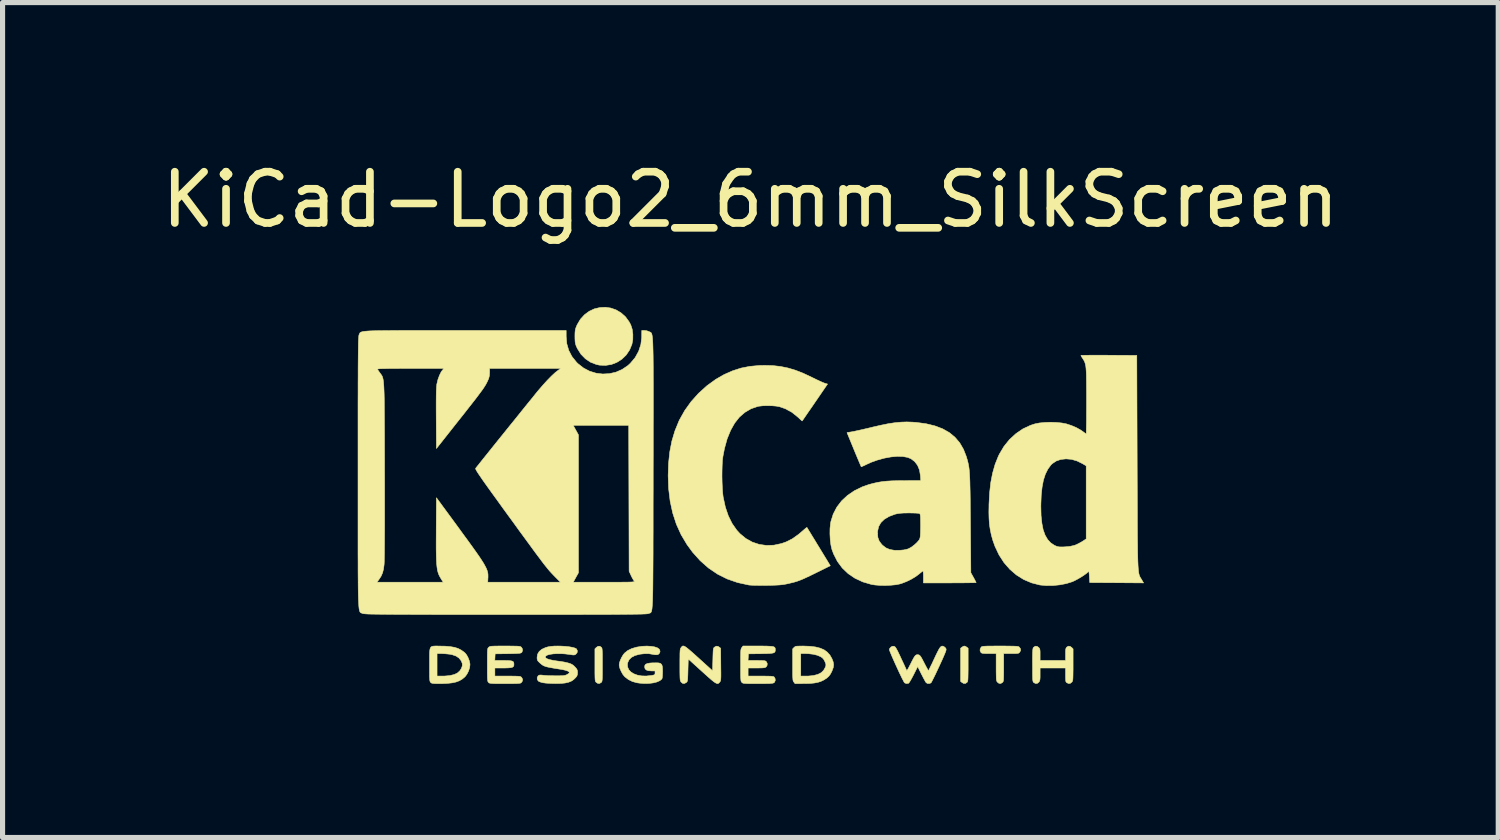
<source format=kicad_pcb>
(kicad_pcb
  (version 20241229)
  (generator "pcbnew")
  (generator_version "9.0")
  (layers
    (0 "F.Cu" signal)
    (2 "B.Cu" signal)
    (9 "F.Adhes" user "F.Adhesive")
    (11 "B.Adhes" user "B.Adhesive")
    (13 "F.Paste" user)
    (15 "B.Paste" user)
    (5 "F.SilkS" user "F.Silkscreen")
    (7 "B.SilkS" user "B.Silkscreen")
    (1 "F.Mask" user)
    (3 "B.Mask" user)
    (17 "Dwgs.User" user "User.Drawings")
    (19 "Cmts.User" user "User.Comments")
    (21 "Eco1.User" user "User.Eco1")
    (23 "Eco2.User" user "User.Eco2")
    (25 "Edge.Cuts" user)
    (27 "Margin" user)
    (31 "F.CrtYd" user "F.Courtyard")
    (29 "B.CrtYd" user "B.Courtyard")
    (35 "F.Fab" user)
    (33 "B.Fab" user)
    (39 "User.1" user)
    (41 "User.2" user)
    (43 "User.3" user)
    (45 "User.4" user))
  (footprint "KiCad-Logo2_6mm_SilkScreen"
    (layer "F.Cu")
    (at 11.601 5.928)
    (property "Reference" "KiCad-Logo2_6mm_SilkScreen" (at 0 -5.08 180) (layer "F.SilkS") (effects (font (size 1 1) (thickness 0.15))))
    (attr exclude_from_pos_files exclude_from_bom)
    (fp_poly (pts (xy 4.2 3.642) (xy 4.224 3.657) (xy 4.251 3.678) (xy 4.251 4) (xy 4.251 4.094) (xy 4.25 4.168) (xy 4.249 4.225) (xy 4.248 4.267) (xy 4.246 4.297) (xy 4.243 4.317) (xy 4.239 4.331) (xy 4.233 4.341) (xy 4.229 4.345) (xy 4.198 4.366) (xy 4.162 4.365) (xy 4.131 4.347) (xy 4.104 4.326) (xy 4.104 3.678) (xy 4.131 3.657) (xy 4.156 3.641) (xy 4.177 3.635) (xy 4.2 3.642)) (stroke (width 0.01) (type solid)) (fill yes) (layer "F.SilkS"))
    (fp_poly (pts (xy -2.912 3.658) (xy -2.906 3.665) (xy -2.9 3.675) (xy -2.896 3.69) (xy -2.894 3.712) (xy -2.892 3.744) (xy -2.89 3.789) (xy -2.89 3.849) (xy -2.89 3.926) (xy -2.89 4.002) (xy -2.89 4.096) (xy -2.89 4.17) (xy -2.891 4.226) (xy -2.892 4.268) (xy -2.894 4.298) (xy -2.897 4.318) (xy -2.901 4.332) (xy -2.907 4.341) (xy -2.912 4.346) (xy -2.945 4.366) (xy -2.98 4.364) (xy -3.012 4.343) (xy -3.019 4.335) (xy -3.025 4.325) (xy -3.029 4.311) (xy -3.032 4.291) (xy -3.034 4.261) (xy -3.035 4.219) (xy -3.036 4.162) (xy -3.036 4.088) (xy -3.036 4.004) (xy -3.036 3.691) (xy -3.009 3.663) (xy -2.974 3.64) (xy -2.941 3.639) (xy -2.912 3.658)) (stroke (width 0.01) (type solid)) (fill yes) (layer "F.SilkS"))
    (fp_poly (pts (xy -2.726 -2.964) (xy -2.623 -2.928) (xy -2.527 -2.871) (xy -2.441 -2.795) (xy -2.369 -2.697) (xy -2.336 -2.636) (xy -2.308 -2.55) (xy -2.295 -2.451) (xy -2.296 -2.35) (xy -2.313 -2.257) (xy -2.359 -2.145) (xy -2.425 -2.047) (xy -2.509 -1.966) (xy -2.606 -1.904) (xy -2.714 -1.862) (xy -2.829 -1.844) (xy -2.948 -1.849) (xy -3.007 -1.862) (xy -3.121 -1.906) (xy -3.222 -1.974) (xy -3.309 -2.063) (xy -3.377 -2.171) (xy -3.383 -2.183) (xy -3.403 -2.227) (xy -3.415 -2.265) (xy -3.422 -2.304) (xy -3.425 -2.355) (xy -3.426 -2.41) (xy -3.425 -2.476) (xy -3.421 -2.523) (xy -3.413 -2.562) (xy -3.399 -2.6) (xy -3.382 -2.639) (xy -3.318 -2.747) (xy -3.238 -2.834) (xy -3.147 -2.901) (xy -3.047 -2.948) (xy -2.941 -2.973) (xy -2.833 -2.979) (xy -2.726 -2.964)) (stroke (width 0.01) (type solid)) (fill yes) (layer "F.SilkS"))
    (fp_poly (pts (xy 4.975 3.635) (xy 5.053 3.636) (xy 5.115 3.637) (xy 5.161 3.638) (xy 5.194 3.64) (xy 5.217 3.643) (xy 5.232 3.646) (xy 5.243 3.651) (xy 5.248 3.655) (xy 5.273 3.688) (xy 5.276 3.721) (xy 5.26 3.752) (xy 5.25 3.764) (xy 5.239 3.773) (xy 5.223 3.778) (xy 5.197 3.781) (xy 5.159 3.782) (xy 5.102 3.782) (xy 5.091 3.782) (xy 4.945 3.782) (xy 4.945 4.053) (xy 4.945 4.138) (xy 4.944 4.204) (xy 4.943 4.253) (xy 4.942 4.288) (xy 4.939 4.312) (xy 4.935 4.328) (xy 4.929 4.338) (xy 4.922 4.346) (xy 4.889 4.366) (xy 4.855 4.365) (xy 4.824 4.342) (xy 4.822 4.339) (xy 4.814 4.329) (xy 4.808 4.316) (xy 4.804 4.299) (xy 4.801 4.274) (xy 4.8 4.238) (xy 4.799 4.188) (xy 4.798 4.122) (xy 4.798 4.046) (xy 4.798 3.782) (xy 4.659 3.782) (xy 4.599 3.782) (xy 4.558 3.78) (xy 4.53 3.777) (xy 4.513 3.771) (xy 4.502 3.763) (xy 4.501 3.761) (xy 4.484 3.728) (xy 4.486 3.691) (xy 4.505 3.658) (xy 4.512 3.651) (xy 4.521 3.646) (xy 4.535 3.643) (xy 4.556 3.64) (xy 4.587 3.638) (xy 4.63 3.636) (xy 4.687 3.636) (xy 4.762 3.635) (xy 4.856 3.635) (xy 4.876 3.635) (xy 4.975 3.635)) (stroke (width 0.01) (type solid)) (fill yes) (layer "F.SilkS"))
    (fp_poly (pts (xy 6.241 3.641) (xy 6.272 3.663) (xy 6.3 3.691) (xy 6.3 4) (xy 6.3 4.092) (xy 6.299 4.164) (xy 6.298 4.219) (xy 6.297 4.26) (xy 6.295 4.289) (xy 6.291 4.309) (xy 6.287 4.323) (xy 6.281 4.333) (xy 6.276 4.339) (xy 6.245 4.364) (xy 6.21 4.367) (xy 6.178 4.351) (xy 6.167 4.343) (xy 6.16 4.331) (xy 6.156 4.312) (xy 6.154 4.281) (xy 6.153 4.235) (xy 6.153 4.199) (xy 6.153 4.064) (xy 5.656 4.064) (xy 5.656 4.187) (xy 5.656 4.243) (xy 5.654 4.282) (xy 5.649 4.308) (xy 5.642 4.326) (xy 5.633 4.339) (xy 5.602 4.364) (xy 5.567 4.367) (xy 5.533 4.349) (xy 5.524 4.34) (xy 5.518 4.328) (xy 5.514 4.309) (xy 5.511 4.28) (xy 5.51 4.236) (xy 5.509 4.174) (xy 5.509 4.16) (xy 5.509 4.044) (xy 5.508 3.948) (xy 5.508 3.87) (xy 5.509 3.809) (xy 5.51 3.762) (xy 5.512 3.727) (xy 5.514 3.701) (xy 5.517 3.684) (xy 5.521 3.672) (xy 5.526 3.664) (xy 5.532 3.658) (xy 5.564 3.638) (xy 5.597 3.641) (xy 5.628 3.663) (xy 5.641 3.677) (xy 5.649 3.693) (xy 5.654 3.716) (xy 5.656 3.75) (xy 5.656 3.802) (xy 5.656 3.917) (xy 6.153 3.917) (xy 6.153 3.799) (xy 6.153 3.744) (xy 6.155 3.707) (xy 6.16 3.683) (xy 6.167 3.668) (xy 6.175 3.658) (xy 6.207 3.638) (xy 6.241 3.641)) (stroke (width 0.01) (type solid)) (fill yes) (layer "F.SilkS"))
    (fp_poly (pts (xy 1.03 3.635) (xy 1.159 3.64) (xy 1.269 3.653) (xy 1.361 3.676) (xy 1.438 3.709) (xy 1.5 3.754) (xy 1.551 3.81) (xy 1.591 3.88) (xy 1.592 3.882) (xy 1.616 3.944) (xy 1.625 3.999) (xy 1.618 4.054) (xy 1.595 4.117) (xy 1.591 4.127) (xy 1.562 4.183) (xy 1.529 4.227) (xy 1.487 4.264) (xy 1.429 4.3) (xy 1.426 4.302) (xy 1.375 4.326) (xy 1.318 4.344) (xy 1.251 4.357) (xy 1.17 4.365) (xy 1.072 4.368) (xy 1.037 4.368) (xy 0.871 4.369) (xy 0.848 4.339) (xy 0.841 4.33) (xy 0.836 4.318) (xy 0.831 4.302) (xy 0.829 4.279) (xy 0.827 4.247) (xy 0.826 4.222) (xy 0.983 4.222) (xy 1.076 4.222) (xy 1.131 4.221) (xy 1.188 4.216) (xy 1.234 4.21) (xy 1.237 4.21) (xy 1.319 4.188) (xy 1.383 4.155) (xy 1.43 4.109) (xy 1.463 4.049) (xy 1.469 4.033) (xy 1.474 4.009) (xy 1.472 3.984) (xy 1.46 3.952) (xy 1.453 3.936) (xy 1.43 3.893) (xy 1.402 3.863) (xy 1.371 3.843) (xy 1.309 3.816) (xy 1.229 3.796) (xy 1.137 3.785) (xy 1.07 3.782) (xy 0.983 3.782) (xy 0.983 4.222) (xy 0.826 4.222) (xy 0.825 4.201) (xy 0.825 4.141) (xy 0.825 4.062) (xy 0.825 4) (xy 0.825 3.691) (xy 0.852 3.663) (xy 0.865 3.652) (xy 0.878 3.644) (xy 0.896 3.639) (xy 0.924 3.637) (xy 0.966 3.636) (xy 1.026 3.635) (xy 1.03 3.635)) (stroke (width 0.01) (type solid)) (fill yes) (layer "F.SilkS"))
    (fp_poly (pts (xy -6.11 3.635) (xy -6.07 3.636) (xy -5.954 3.638) (xy -5.858 3.647) (xy -5.776 3.661) (xy -5.707 3.683) (xy -5.647 3.714) (xy -5.592 3.753) (xy -5.572 3.77) (xy -5.54 3.81) (xy -5.511 3.864) (xy -5.488 3.924) (xy -5.476 3.981) (xy -5.475 4.002) (xy -5.483 4.061) (xy -5.504 4.125) (xy -5.535 4.186) (xy -5.572 4.235) (xy -5.578 4.24) (xy -5.629 4.282) (xy -5.684 4.314) (xy -5.748 4.338) (xy -5.823 4.354) (xy -5.912 4.364) (xy -6.019 4.369) (xy -6.068 4.369) (xy -6.13 4.369) (xy -6.174 4.367) (xy -6.203 4.365) (xy -6.222 4.36) (xy -6.235 4.353) (xy -6.242 4.346) (xy -6.249 4.339) (xy -6.254 4.329) (xy -6.258 4.315) (xy -6.261 4.293) (xy -6.263 4.26) (xy -6.264 4.216) (xy -6.265 4.156) (xy -6.265 4.078) (xy -6.265 4.002) (xy -6.265 3.901) (xy -6.265 3.821) (xy -6.264 3.782) (xy -6.118 3.782) (xy -6.118 4.222) (xy -6.025 4.222) (xy -5.969 4.221) (xy -5.91 4.216) (xy -5.861 4.211) (xy -5.86 4.21) (xy -5.781 4.191) (xy -5.719 4.161) (xy -5.673 4.119) (xy -5.643 4.073) (xy -5.625 4.022) (xy -5.626 3.974) (xy -5.647 3.923) (xy -5.689 3.87) (xy -5.746 3.831) (xy -5.821 3.805) (xy -5.871 3.795) (xy -5.928 3.789) (xy -5.988 3.784) (xy -6.039 3.782) (xy -6.042 3.782) (xy -6.118 3.782) (xy -6.264 3.782) (xy -6.264 3.758) (xy -6.259 3.711) (xy -6.251 3.678) (xy -6.238 3.656) (xy -6.218 3.643) (xy -6.191 3.637) (xy -6.155 3.635) (xy -6.11 3.635)) (stroke (width 0.01) (type solid)) (fill yes) (layer "F.SilkS"))
    (fp_poly (pts (xy -1.288 3.64) (xy -1.265 3.653) (xy -1.234 3.676) (xy -1.194 3.709) (xy -1.144 3.752) (xy -1.082 3.807) (xy -1.006 3.876) (xy -0.92 3.954) (xy -0.739 4.118) (xy -0.733 3.898) (xy -0.731 3.823) (xy -0.729 3.766) (xy -0.727 3.726) (xy -0.724 3.698) (xy -0.72 3.681) (xy -0.714 3.669) (xy -0.705 3.66) (xy -0.701 3.657) (xy -0.667 3.638) (xy -0.634 3.641) (xy -0.608 3.657) (xy -0.581 3.678) (xy -0.578 3.993) (xy -0.577 4.086) (xy -0.576 4.159) (xy -0.576 4.214) (xy -0.577 4.256) (xy -0.579 4.285) (xy -0.582 4.305) (xy -0.586 4.32) (xy -0.592 4.33) (xy -0.598 4.339) (xy -0.612 4.354) (xy -0.625 4.365) (xy -0.64 4.369) (xy -0.659 4.365) (xy -0.684 4.353) (xy -0.716 4.331) (xy -0.757 4.298) (xy -0.809 4.253) (xy -0.874 4.195) (xy -0.948 4.128) (xy -1.213 3.888) (xy -1.219 4.107) (xy -1.221 4.182) (xy -1.223 4.239) (xy -1.225 4.279) (xy -1.228 4.306) (xy -1.233 4.324) (xy -1.239 4.335) (xy -1.247 4.344) (xy -1.251 4.347) (xy -1.288 4.367) (xy -1.323 4.364) (xy -1.353 4.339) (xy -1.36 4.329) (xy -1.366 4.318) (xy -1.37 4.302) (xy -1.373 4.279) (xy -1.375 4.246) (xy -1.376 4.201) (xy -1.377 4.14) (xy -1.377 4.061) (xy -1.377 4.002) (xy -1.377 3.911) (xy -1.376 3.839) (xy -1.376 3.784) (xy -1.374 3.744) (xy -1.372 3.715) (xy -1.368 3.695) (xy -1.364 3.681) (xy -1.358 3.671) (xy -1.353 3.665) (xy -1.342 3.651) (xy -1.332 3.64) (xy -1.32 3.634) (xy -1.306 3.634) (xy -1.288 3.64)) (stroke (width 0.01) (type solid)) (fill yes) (layer "F.SilkS"))
    (fp_poly (pts (xy -1.938 3.641) (xy -1.87 3.652) (xy -1.817 3.67) (xy -1.783 3.694) (xy -1.774 3.707) (xy -1.764 3.738) (xy -1.771 3.767) (xy -1.791 3.793) (xy -1.822 3.806) (xy -1.867 3.805) (xy -1.903 3.798) (xy -1.981 3.785) (xy -2.061 3.784) (xy -2.15 3.794) (xy -2.175 3.799) (xy -2.258 3.822) (xy -2.323 3.857) (xy -2.369 3.903) (xy -2.395 3.959) (xy -2.401 3.988) (xy -2.397 4.046) (xy -2.374 4.098) (xy -2.333 4.142) (xy -2.277 4.177) (xy -2.207 4.203) (xy -2.126 4.218) (xy -2.036 4.221) (xy -1.939 4.211) (xy -1.934 4.21) (xy -1.895 4.203) (xy -1.874 4.196) (xy -1.865 4.185) (xy -1.862 4.168) (xy -1.862 4.159) (xy -1.862 4.121) (xy -1.931 4.121) (xy -1.991 4.117) (xy -2.032 4.103) (xy -2.056 4.08) (xy -2.065 4.045) (xy -2.065 4.041) (xy -2.06 4.011) (xy -2.043 3.99) (xy -2.01 3.976) (xy -1.96 3.967) (xy -1.911 3.964) (xy -1.841 3.963) (xy -1.789 3.965) (xy -1.755 3.975) (xy -1.733 3.995) (xy -1.721 4.027) (xy -1.716 4.074) (xy -1.715 4.136) (xy -1.717 4.206) (xy -1.721 4.253) (xy -1.728 4.278) (xy -1.73 4.28) (xy -1.769 4.312) (xy -1.826 4.337) (xy -1.897 4.355) (xy -1.98 4.365) (xy -2.069 4.367) (xy -2.163 4.36) (xy -2.218 4.352) (xy -2.304 4.328) (xy -2.384 4.288) (xy -2.451 4.236) (xy -2.461 4.226) (xy -2.495 4.182) (xy -2.524 4.128) (xy -2.548 4.072) (xy -2.561 4.02) (xy -2.562 4.001) (xy -2.556 3.96) (xy -2.538 3.908) (xy -2.513 3.855) (xy -2.483 3.805) (xy -2.457 3.773) (xy -2.396 3.724) (xy -2.317 3.685) (xy -2.223 3.657) (xy -2.117 3.64) (xy -2.02 3.636) (xy -1.938 3.641)) (stroke (width 0.01) (type solid)) (fill yes) (layer "F.SilkS"))
    (fp_poly (pts (xy 0.242 3.635) (xy 0.318 3.636) (xy 0.377 3.639) (xy 0.42 3.642) (xy 0.45 3.648) (xy 0.469 3.657) (xy 0.48 3.669) (xy 0.485 3.685) (xy 0.486 3.705) (xy 0.486 3.708) (xy 0.485 3.73) (xy 0.48 3.748) (xy 0.469 3.761) (xy 0.449 3.77) (xy 0.418 3.776) (xy 0.372 3.78) (xy 0.31 3.783) (xy 0.228 3.784) (xy 0.203 3.785) (xy -0.039 3.788) (xy -0.042 3.853) (xy -0.046 3.917) (xy 0.122 3.917) (xy 0.188 3.918) (xy 0.235 3.919) (xy 0.267 3.921) (xy 0.287 3.925) (xy 0.301 3.931) (xy 0.31 3.94) (xy 0.311 3.94) (xy 0.328 3.973) (xy 0.327 4.01) (xy 0.309 4.041) (xy 0.305 4.044) (xy 0.292 4.052) (xy 0.275 4.058) (xy 0.248 4.061) (xy 0.209 4.063) (xy 0.153 4.064) (xy 0.118 4.064) (xy -0.045 4.064) (xy -0.045 4.222) (xy 0.202 4.222) (xy 0.283 4.222) (xy 0.345 4.223) (xy 0.39 4.224) (xy 0.422 4.226) (xy 0.443 4.23) (xy 0.456 4.234) (xy 0.465 4.241) (xy 0.467 4.243) (xy 0.483 4.274) (xy 0.485 4.31) (xy 0.471 4.341) (xy 0.461 4.351) (xy 0.45 4.357) (xy 0.433 4.361) (xy 0.407 4.364) (xy 0.37 4.367) (xy 0.319 4.368) (xy 0.252 4.369) (xy 0.165 4.369) (xy 0.145 4.369) (xy 0.057 4.369) (xy -0.012 4.369) (xy -0.064 4.368) (xy -0.101 4.366) (xy -0.127 4.364) (xy -0.144 4.36) (xy -0.156 4.355) (xy -0.164 4.349) (xy -0.168 4.344) (xy -0.175 4.336) (xy -0.181 4.326) (xy -0.185 4.311) (xy -0.187 4.289) (xy -0.189 4.257) (xy -0.191 4.212) (xy -0.191 4.151) (xy -0.191 4.073) (xy -0.191 4.007) (xy -0.191 3.915) (xy -0.191 3.842) (xy -0.19 3.787) (xy -0.189 3.746) (xy -0.187 3.717) (xy -0.183 3.696) (xy -0.179 3.682) (xy -0.173 3.672) (xy -0.168 3.665) (xy -0.145 3.635) (xy 0.145 3.635) (xy 0.242 3.635)) (stroke (width 0.01) (type solid)) (fill yes) (layer "F.SilkS"))
    (fp_poly (pts (xy -4.701 3.635) (xy -4.632 3.636) (xy -4.579 3.637) (xy -4.541 3.638) (xy -4.514 3.641) (xy -4.496 3.644) (xy -4.484 3.649) (xy -4.475 3.655) (xy -4.472 3.658) (xy -4.452 3.689) (xy -4.449 3.725) (xy -4.462 3.757) (xy -4.468 3.763) (xy -4.478 3.769) (xy -4.493 3.774) (xy -4.518 3.778) (xy -4.554 3.78) (xy -4.605 3.782) (xy -4.673 3.784) (xy -4.736 3.785) (xy -4.984 3.788) (xy -4.987 3.853) (xy -4.99 3.917) (xy -4.822 3.917) (xy -4.749 3.918) (xy -4.696 3.921) (xy -4.659 3.927) (xy -4.636 3.936) (xy -4.623 3.952) (xy -4.618 3.974) (xy -4.617 3.994) (xy -4.619 4.019) (xy -4.629 4.037) (xy -4.648 4.05) (xy -4.679 4.058) (xy -4.727 4.062) (xy -4.792 4.064) (xy -4.828 4.064) (xy -4.989 4.064) (xy -4.989 4.222) (xy -4.741 4.222) (xy -4.66 4.222) (xy -4.598 4.223) (xy -4.552 4.224) (xy -4.52 4.226) (xy -4.499 4.229) (xy -4.485 4.234) (xy -4.475 4.24) (xy -4.47 4.245) (xy -4.453 4.272) (xy -4.447 4.296) (xy -4.455 4.325) (xy -4.47 4.346) (xy -4.478 4.353) (xy -4.488 4.359) (xy -4.503 4.362) (xy -4.526 4.365) (xy -4.559 4.367) (xy -4.606 4.368) (xy -4.668 4.369) (xy -4.75 4.369) (xy -4.792 4.369) (xy -4.882 4.369) (xy -4.952 4.369) (xy -5.005 4.368) (xy -5.044 4.366) (xy -5.071 4.364) (xy -5.09 4.36) (xy -5.102 4.356) (xy -5.11 4.35) (xy -5.113 4.346) (xy -5.12 4.339) (xy -5.125 4.329) (xy -5.129 4.314) (xy -5.132 4.292) (xy -5.134 4.26) (xy -5.135 4.215) (xy -5.136 4.155) (xy -5.136 4.077) (xy -5.136 4.004) (xy -5.136 3.911) (xy -5.136 3.838) (xy -5.135 3.782) (xy -5.134 3.74) (xy -5.132 3.711) (xy -5.129 3.691) (xy -5.125 3.678) (xy -5.119 3.669) (xy -5.112 3.661) (xy -5.11 3.66) (xy -5.101 3.652) (xy -5.091 3.647) (xy -5.077 3.642) (xy -5.056 3.639) (xy -5.025 3.637) (xy -4.981 3.636) (xy -4.922 3.635) (xy -4.845 3.635) (xy -4.79 3.635) (xy -4.701 3.635)) (stroke (width 0.01) (type solid)) (fill yes) (layer "F.SilkS"))
    (fp_poly (pts (xy 3.756 3.637) (xy 3.776 3.644) (xy 3.777 3.645) (xy 3.803 3.665) (xy 3.818 3.686) (xy 3.821 3.696) (xy 3.821 3.709) (xy 3.817 3.727) (xy 3.808 3.753) (xy 3.793 3.79) (xy 3.772 3.839) (xy 3.744 3.903) (xy 3.707 3.983) (xy 3.687 4.027) (xy 3.65 4.106) (xy 3.616 4.179) (xy 3.585 4.242) (xy 3.559 4.294) (xy 3.54 4.331) (xy 3.527 4.352) (xy 3.525 4.355) (xy 3.494 4.367) (xy 3.459 4.366) (xy 3.431 4.351) (xy 3.43 4.349) (xy 3.418 4.332) (xy 3.4 4.299) (xy 3.376 4.255) (xy 3.349 4.202) (xy 3.339 4.183) (xy 3.266 4.036) (xy 3.186 4.196) (xy 3.157 4.251) (xy 3.131 4.298) (xy 3.109 4.335) (xy 3.093 4.357) (xy 3.088 4.362) (xy 3.046 4.368) (xy 3.012 4.355) (xy 3.001 4.341) (xy 2.984 4.309) (xy 2.96 4.263) (xy 2.932 4.205) (xy 2.901 4.14) (xy 2.869 4.07) (xy 2.835 3.997) (xy 2.804 3.927) (xy 2.774 3.86) (xy 2.749 3.801) (xy 2.729 3.753) (xy 2.716 3.718) (xy 2.712 3.7) (xy 2.712 3.7) (xy 2.723 3.678) (xy 2.745 3.655) (xy 2.746 3.654) (xy 2.774 3.639) (xy 2.799 3.639) (xy 2.808 3.642) (xy 2.82 3.648) (xy 2.832 3.66) (xy 2.846 3.681) (xy 2.864 3.713) (xy 2.887 3.759) (xy 2.917 3.821) (xy 2.943 3.878) (xy 2.974 3.944) (xy 3.002 4.004) (xy 3.025 4.054) (xy 3.042 4.091) (xy 3.051 4.112) (xy 3.052 4.115) (xy 3.058 4.11) (xy 3.073 4.087) (xy 3.093 4.051) (xy 3.117 4.004) (xy 3.127 3.985) (xy 3.16 3.92) (xy 3.185 3.873) (xy 3.205 3.84) (xy 3.222 3.82) (xy 3.237 3.809) (xy 3.253 3.805) (xy 3.264 3.805) (xy 3.282 3.806) (xy 3.299 3.813) (xy 3.315 3.828) (xy 3.333 3.853) (xy 3.355 3.892) (xy 3.384 3.948) (xy 3.4 3.979) (xy 3.426 4.029) (xy 3.449 4.071) (xy 3.466 4.1) (xy 3.476 4.114) (xy 3.478 4.115) (xy 3.484 4.104) (xy 3.498 4.075) (xy 3.519 4.032) (xy 3.546 3.978) (xy 3.575 3.915) (xy 3.59 3.883) (xy 3.628 3.802) (xy 3.659 3.74) (xy 3.683 3.694) (xy 3.704 3.663) (xy 3.722 3.645) (xy 3.739 3.637) (xy 3.756 3.637)) (stroke (width 0.01) (type solid)) (fill yes) (layer "F.SilkS"))
    (fp_poly (pts (xy -3.68 3.637) (xy -3.605 3.642) (xy -3.536 3.65) (xy -3.475 3.661) (xy -3.428 3.674) (xy -3.399 3.689) (xy -3.394 3.693) (xy -3.378 3.728) (xy -3.383 3.764) (xy -3.408 3.794) (xy -3.409 3.795) (xy -3.423 3.804) (xy -3.438 3.809) (xy -3.459 3.81) (xy -3.492 3.806) (xy -3.54 3.798) (xy -3.544 3.798) (xy -3.617 3.789) (xy -3.696 3.784) (xy -3.774 3.784) (xy -3.848 3.788) (xy -3.91 3.797) (xy -3.957 3.809) (xy -3.96 3.81) (xy -3.993 3.829) (xy -4.005 3.848) (xy -3.996 3.867) (xy -3.966 3.885) (xy -3.917 3.901) (xy -3.849 3.916) (xy -3.804 3.923) (xy -3.71 3.936) (xy -3.635 3.948) (xy -3.576 3.961) (xy -3.53 3.974) (xy -3.494 3.989) (xy -3.464 4.007) (xy -3.438 4.03) (xy -3.417 4.052) (xy -3.391 4.083) (xy -3.379 4.11) (xy -3.375 4.142) (xy -3.375 4.154) (xy -3.378 4.194) (xy -3.389 4.223) (xy -3.41 4.25) (xy -3.451 4.29) (xy -3.496 4.32) (xy -3.55 4.342) (xy -3.615 4.357) (xy -3.695 4.365) (xy -3.793 4.367) (xy -3.81 4.367) (xy -3.875 4.366) (xy -3.94 4.363) (xy -3.998 4.359) (xy -4.04 4.353) (xy -4.044 4.353) (xy -4.086 4.343) (xy -4.122 4.33) (xy -4.142 4.318) (xy -4.161 4.288) (xy -4.163 4.252) (xy -4.146 4.22) (xy -4.143 4.217) (xy -4.128 4.206) (xy -4.109 4.201) (xy -4.079 4.202) (xy -4.044 4.206) (xy -4.004 4.21) (xy -3.949 4.213) (xy -3.884 4.215) (xy -3.816 4.216) (xy -3.798 4.216) (xy -3.73 4.216) (xy -3.681 4.215) (xy -3.645 4.212) (xy -3.619 4.207) (xy -3.597 4.2) (xy -3.584 4.194) (xy -3.556 4.177) (xy -3.538 4.162) (xy -3.536 4.158) (xy -3.541 4.14) (xy -3.568 4.123) (xy -3.613 4.108) (xy -3.675 4.094) (xy -3.693 4.091) (xy -3.789 4.076) (xy -3.866 4.063) (xy -3.926 4.052) (xy -3.973 4.042) (xy -4.009 4.031) (xy -4.038 4.019) (xy -4.062 4.005) (xy -4.084 3.988) (xy -4.108 3.968) (xy -4.116 3.96) (xy -4.144 3.933) (xy -4.158 3.911) (xy -4.164 3.886) (xy -4.165 3.855) (xy -4.155 3.794) (xy -4.124 3.742) (xy -4.073 3.699) (xy -4.002 3.666) (xy -3.951 3.651) (xy -3.895 3.642) (xy -3.829 3.636) (xy -3.756 3.635) (xy -3.68 3.637)) (stroke (width 0.01) (type solid)) (fill yes) (layer "F.SilkS"))
    (fp_poly (pts (xy 0.44 -1.84) (xy 0.588 -1.823) (xy 0.731 -1.794) (xy 0.876 -1.751) (xy 1.028 -1.692) (xy 1.192 -1.615) (xy 1.222 -1.6) (xy 1.29 -1.567) (xy 1.354 -1.537) (xy 1.408 -1.513) (xy 1.446 -1.498) (xy 1.451 -1.496) (xy 1.506 -1.48) (xy 1.26 -1.121) (xy 1.2 -1.033) (xy 1.144 -0.953) (xy 1.096 -0.883) (xy 1.057 -0.826) (xy 1.029 -0.785) (xy 1.013 -0.763) (xy 1.011 -0.759) (xy 1 -0.767) (xy 0.975 -0.789) (xy 0.939 -0.823) (xy 0.919 -0.841) (xy 0.806 -0.931) (xy 0.679 -0.999) (xy 0.57 -1.037) (xy 0.504 -1.049) (xy 0.422 -1.056) (xy 0.333 -1.058) (xy 0.247 -1.056) (xy 0.173 -1.048) (xy 0.144 -1.043) (xy 0.011 -0.997) (xy -0.108 -0.927) (xy -0.215 -0.834) (xy -0.308 -0.716) (xy -0.387 -0.575) (xy -0.454 -0.411) (xy -0.506 -0.223) (xy -0.537 -0.062) (xy -0.546 0.009) (xy -0.551 0.101) (xy -0.554 0.207) (xy -0.555 0.32) (xy -0.553 0.435) (xy -0.548 0.544) (xy -0.542 0.64) (xy -0.533 0.718) (xy -0.531 0.73) (xy -0.489 0.923) (xy -0.431 1.094) (xy -0.357 1.243) (xy -0.267 1.372) (xy -0.203 1.442) (xy -0.089 1.536) (xy 0.037 1.606) (xy 0.172 1.651) (xy 0.313 1.671) (xy 0.459 1.666) (xy 0.608 1.634) (xy 0.696 1.603) (xy 0.818 1.542) (xy 0.943 1.453) (xy 1.013 1.393) (xy 1.053 1.358) (xy 1.084 1.332) (xy 1.101 1.32) (xy 1.104 1.32) (xy 1.112 1.332) (xy 1.132 1.366) (xy 1.163 1.416) (xy 1.203 1.482) (xy 1.251 1.56) (xy 1.304 1.647) (xy 1.334 1.696) (xy 1.56 2.067) (xy 1.278 2.207) (xy 1.176 2.257) (xy 1.093 2.296) (xy 1.025 2.327) (xy 0.966 2.351) (xy 0.911 2.371) (xy 0.855 2.388) (xy 0.794 2.403) (xy 0.735 2.417) (xy 0.682 2.428) (xy 0.627 2.437) (xy 0.565 2.443) (xy 0.488 2.447) (xy 0.394 2.45) (xy 0.33 2.451) (xy 0.238 2.452) (xy 0.151 2.451) (xy 0.073 2.45) (xy 0.01 2.447) (xy -0.032 2.444) (xy -0.034 2.443) (xy -0.25 2.396) (xy -0.452 2.326) (xy -0.642 2.231) (xy -0.818 2.112) (xy -0.98 1.969) (xy -1.129 1.803) (xy -1.238 1.654) (xy -1.353 1.461) (xy -1.446 1.256) (xy -1.517 1.038) (xy -1.567 0.807) (xy -1.597 0.56) (xy -1.606 0.309) (xy -1.598 0.066) (xy -1.574 -0.158) (xy -1.533 -0.368) (xy -1.474 -0.565) (xy -1.396 -0.756) (xy -1.387 -0.776) (xy -1.284 -0.96) (xy -1.159 -1.135) (xy -1.013 -1.298) (xy -0.851 -1.445) (xy -0.676 -1.572) (xy -0.514 -1.665) (xy -0.349 -1.738) (xy -0.185 -1.791) (xy -0.013 -1.825) (xy 0.171 -1.842) (xy 0.281 -1.844) (xy 0.44 -1.84)) (stroke (width 0.01) (type solid)) (fill yes) (layer "F.SilkS"))
    (fp_poly (pts (xy 6.842 -2.043) (xy 6.959 -2.043) (xy 6.999 -2.042) (xy 7.544 -2.039) (xy 7.551 0.055) (xy 7.552 0.339) (xy 7.553 0.597) (xy 7.554 0.83) (xy 7.555 1.039) (xy 7.555 1.227) (xy 7.556 1.393) (xy 7.557 1.54) (xy 7.559 1.669) (xy 7.56 1.782) (xy 7.562 1.879) (xy 7.564 1.961) (xy 7.567 2.031) (xy 7.57 2.09) (xy 7.574 2.138) (xy 7.578 2.177) (xy 7.582 2.209) (xy 7.588 2.235) (xy 7.594 2.257) (xy 7.601 2.274) (xy 7.609 2.29) (xy 7.618 2.305) (xy 7.627 2.32) (xy 7.638 2.337) (xy 7.64 2.341) (xy 7.676 2.403) (xy 7.15 2.399) (xy 6.625 2.396) (xy 6.618 2.28) (xy 6.614 2.225) (xy 6.61 2.193) (xy 6.605 2.18) (xy 6.597 2.183) (xy 6.59 2.19) (xy 6.561 2.217) (xy 6.514 2.251) (xy 6.456 2.289) (xy 6.392 2.326) (xy 6.33 2.359) (xy 6.283 2.38) (xy 6.171 2.415) (xy 6.044 2.44) (xy 5.909 2.454) (xy 5.777 2.455) (xy 5.656 2.444) (xy 5.654 2.444) (xy 5.49 2.402) (xy 5.335 2.336) (xy 5.193 2.247) (xy 5.065 2.137) (xy 4.951 2.006) (xy 4.854 1.856) (xy 4.775 1.689) (xy 4.731 1.565) (xy 4.703 1.462) (xy 4.682 1.361) (xy 4.667 1.258) (xy 4.659 1.146) (xy 4.656 1.019) (xy 4.658 0.915) (xy 5.671 0.915) (xy 5.675 1.089) (xy 5.691 1.239) (xy 5.716 1.366) (xy 5.754 1.471) (xy 5.803 1.555) (xy 5.864 1.621) (xy 5.934 1.668) (xy 5.971 1.685) (xy 6.003 1.695) (xy 6.038 1.7) (xy 6.086 1.701) (xy 6.137 1.699) (xy 6.238 1.69) (xy 6.318 1.672) (xy 6.343 1.664) (xy 6.4 1.638) (xy 6.461 1.605) (xy 6.487 1.589) (xy 6.556 1.544) (xy 6.556 0.117) (xy 6.48 0.072) (xy 6.375 0.021) (xy 6.268 -0.01) (xy 6.162 -0.019) (xy 6.061 -0.008) (xy 5.97 0.023) (xy 5.893 0.075) (xy 5.868 0.099) (xy 5.808 0.181) (xy 5.759 0.279) (xy 5.721 0.396) (xy 5.695 0.533) (xy 5.678 0.692) (xy 5.671 0.876) (xy 5.671 0.915) (xy 4.658 0.915) (xy 4.658 0.872) (xy 4.67 0.646) (xy 4.693 0.442) (xy 4.729 0.258) (xy 4.777 0.089) (xy 4.839 -0.066) (xy 4.861 -0.112) (xy 4.95 -0.262) (xy 5.058 -0.396) (xy 5.182 -0.51) (xy 5.319 -0.604) (xy 5.468 -0.674) (xy 5.557 -0.703) (xy 5.644 -0.72) (xy 5.749 -0.73) (xy 5.863 -0.734) (xy 5.977 -0.73) (xy 6.083 -0.719) (xy 6.167 -0.703) (xy 6.268 -0.67) (xy 6.366 -0.628) (xy 6.451 -0.58) (xy 6.497 -0.548) (xy 6.528 -0.525) (xy 6.55 -0.51) (xy 6.555 -0.508) (xy 6.557 -0.521) (xy 6.558 -0.559) (xy 6.559 -0.619) (xy 6.561 -0.699) (xy 6.562 -0.795) (xy 6.562 -0.906) (xy 6.563 -1.027) (xy 6.563 -1.151) (xy 6.563 -1.31) (xy 6.562 -1.444) (xy 6.561 -1.555) (xy 6.56 -1.647) (xy 6.557 -1.721) (xy 6.553 -1.781) (xy 6.548 -1.829) (xy 6.54 -1.867) (xy 6.531 -1.898) (xy 6.52 -1.925) (xy 6.507 -1.949) (xy 6.49 -1.975) (xy 6.488 -1.978) (xy 6.467 -2.011) (xy 6.455 -2.034) (xy 6.453 -2.039) (xy 6.466 -2.04) (xy 6.504 -2.041) (xy 6.563 -2.042) (xy 6.642 -2.043) (xy 6.735 -2.043) (xy 6.842 -2.043)) (stroke (width 0.01) (type solid)) (fill yes) (layer "F.SilkS"))
    (fp_poly (pts (xy 3.168 -0.736) (xy 3.236 -0.731) (xy 3.43 -0.705) (xy 3.603 -0.663) (xy 3.753 -0.606) (xy 3.884 -0.532) (xy 3.994 -0.441) (xy 4.086 -0.333) (xy 4.16 -0.206) (xy 4.214 -0.069) (xy 4.227 -0.025) (xy 4.239 0.016) (xy 4.249 0.057) (xy 4.258 0.099) (xy 4.266 0.145) (xy 4.272 0.196) (xy 4.277 0.257) (xy 4.281 0.327) (xy 4.285 0.411) (xy 4.287 0.509) (xy 4.29 0.624) (xy 4.292 0.759) (xy 4.293 0.915) (xy 4.295 1.095) (xy 4.296 1.236) (xy 4.304 2.204) (xy 4.356 2.297) (xy 4.38 2.342) (xy 4.398 2.377) (xy 4.407 2.395) (xy 4.407 2.396) (xy 4.394 2.398) (xy 4.356 2.399) (xy 4.297 2.4) (xy 4.22 2.401) (xy 4.127 2.402) (xy 4.021 2.402) (xy 3.906 2.403) (xy 3.892 2.403) (xy 3.378 2.403) (xy 3.378 2.286) (xy 3.377 2.233) (xy 3.374 2.193) (xy 3.371 2.171) (xy 3.369 2.169) (xy 3.356 2.178) (xy 3.328 2.2) (xy 3.291 2.231) (xy 3.29 2.231) (xy 3.224 2.281) (xy 3.14 2.331) (xy 3.048 2.376) (xy 2.957 2.411) (xy 2.918 2.423) (xy 2.838 2.439) (xy 2.741 2.448) (xy 2.635 2.453) (xy 2.528 2.451) (xy 2.43 2.443) (xy 2.362 2.432) (xy 2.194 2.383) (xy 2.042 2.312) (xy 1.909 2.222) (xy 1.794 2.112) (xy 1.699 1.984) (xy 1.625 1.839) (xy 1.592 1.751) (xy 1.572 1.665) (xy 1.559 1.562) (xy 1.553 1.451) (xy 1.553 1.435) (xy 2.482 1.435) (xy 2.489 1.517) (xy 2.515 1.586) (xy 2.562 1.649) (xy 2.581 1.668) (xy 2.645 1.718) (xy 2.72 1.75) (xy 2.81 1.766) (xy 2.904 1.767) (xy 2.994 1.759) (xy 3.062 1.744) (xy 3.092 1.733) (xy 3.145 1.703) (xy 3.202 1.66) (xy 3.254 1.612) (xy 3.293 1.566) (xy 3.303 1.549) (xy 3.311 1.526) (xy 3.317 1.488) (xy 3.32 1.433) (xy 3.322 1.357) (xy 3.323 1.284) (xy 3.322 1.199) (xy 3.321 1.138) (xy 3.319 1.096) (xy 3.315 1.07) (xy 3.309 1.055) (xy 3.301 1.048) (xy 3.299 1.046) (xy 3.276 1.043) (xy 3.233 1.04) (xy 3.173 1.038) (xy 3.104 1.037) (xy 3.089 1.037) (xy 2.997 1.038) (xy 2.925 1.043) (xy 2.869 1.051) (xy 2.822 1.062) (xy 2.706 1.106) (xy 2.615 1.16) (xy 2.548 1.225) (xy 2.504 1.302) (xy 2.484 1.391) (xy 2.482 1.435) (xy 1.553 1.435) (xy 1.554 1.342) (xy 1.564 1.245) (xy 1.571 1.205) (xy 1.617 1.059) (xy 1.687 0.924) (xy 1.78 0.802) (xy 1.895 0.695) (xy 2.03 0.603) (xy 2.183 0.528) (xy 2.313 0.482) (xy 2.401 0.459) (xy 2.484 0.44) (xy 2.569 0.426) (xy 2.661 0.416) (xy 2.765 0.41) (xy 2.888 0.407) (xy 2.998 0.406) (xy 3.326 0.405) (xy 3.319 0.307) (xy 3.302 0.2) (xy 3.264 0.108) (xy 3.207 0.033) (xy 3.134 -0.022) (xy 3.07 -0.048) (xy 2.977 -0.065) (xy 2.867 -0.068) (xy 2.745 -0.057) (xy 2.615 -0.033) (xy 2.483 0.003) (xy 2.354 0.049) (xy 2.261 0.092) (xy 2.216 0.114) (xy 2.181 0.129) (xy 2.164 0.135) (xy 2.163 0.135) (xy 2.157 0.121) (xy 2.142 0.086) (xy 2.119 0.032) (xy 2.09 -0.037) (xy 2.056 -0.118) (xy 2.022 -0.201) (xy 1.886 -0.532) (xy 1.983 -0.548) (xy 2.025 -0.556) (xy 2.088 -0.57) (xy 2.167 -0.587) (xy 2.257 -0.608) (xy 2.351 -0.63) (xy 2.389 -0.64) (xy 2.552 -0.677) (xy 2.694 -0.706) (xy 2.822 -0.725) (xy 2.939 -0.736) (xy 3.053 -0.74) (xy 3.168 -0.736)) (stroke (width 0.01) (type solid)) (fill yes) (layer "F.SilkS"))
    (fp_poly (pts (xy -5.956 -2.526) (xy -5.691 -2.526) (xy -5.568 -2.526) (xy -3.597 -2.526) (xy -3.597 -2.41) (xy -3.585 -2.269) (xy -3.547 -2.138) (xy -3.485 -2.018) (xy -3.396 -1.907) (xy -3.366 -1.877) (xy -3.258 -1.793) (xy -3.14 -1.731) (xy -3.013 -1.692) (xy -2.883 -1.676) (xy -2.752 -1.683) (xy -2.625 -1.712) (xy -2.504 -1.765) (xy -2.393 -1.84) (xy -2.343 -1.886) (xy -2.25 -1.997) (xy -2.182 -2.12) (xy -2.139 -2.252) (xy -2.122 -2.392) (xy -2.122 -2.406) (xy -2.121 -2.526) (xy -2.068 -2.526) (xy -2.022 -2.52) (xy -1.979 -2.504) (xy -1.976 -2.503) (xy -1.966 -2.498) (xy -1.957 -2.494) (xy -1.949 -2.49) (xy -1.942 -2.485) (xy -1.935 -2.477) (xy -1.929 -2.467) (xy -1.924 -2.451) (xy -1.919 -2.43) (xy -1.915 -2.402) (xy -1.911 -2.366) (xy -1.908 -2.321) (xy -1.905 -2.266) (xy -1.903 -2.199) (xy -1.901 -2.12) (xy -1.899 -2.027) (xy -1.898 -1.919) (xy -1.897 -1.795) (xy -1.897 -1.654) (xy -1.896 -1.495) (xy -1.896 -1.317) (xy -1.896 -1.118) (xy -1.896 -0.897) (xy -1.897 -0.654) (xy -1.897 -0.386) (xy -1.897 -0.094) (xy -1.898 0.224) (xy -1.898 0.263) (xy -1.898 0.584) (xy -1.899 0.878) (xy -1.899 1.147) (xy -1.899 1.392) (xy -1.9 1.614) (xy -1.9 1.814) (xy -1.901 1.994) (xy -1.902 2.154) (xy -1.903 2.296) (xy -1.904 2.421) (xy -1.905 2.529) (xy -1.907 2.623) (xy -1.909 2.702) (xy -1.911 2.769) (xy -1.914 2.825) (xy -1.918 2.87) (xy -1.921 2.906) (xy -1.926 2.934) (xy -1.931 2.954) (xy -1.936 2.969) (xy -1.942 2.979) (xy -1.949 2.986) (xy -1.956 2.99) (xy -1.965 2.993) (xy -1.974 2.995) (xy -1.983 2.999) (xy -1.986 3) (xy -1.993 3.002) (xy -2.006 3.005) (xy -2.025 3.007) (xy -2.051 3.009) (xy -2.085 3.01) (xy -2.129 3.012) (xy -2.184 3.013) (xy -2.25 3.014) (xy -2.329 3.015) (xy -2.422 3.016) (xy -2.53 3.017) (xy -2.654 3.018) (xy -2.795 3.019) (xy -2.955 3.019) (xy -3.134 3.019) (xy -3.333 3.02) (xy -3.554 3.02) (xy -3.798 3.02) (xy -4.066 3.02) (xy -4.358 3.02) (xy -4.677 3.02) (xy -4.78 3.02) (xy -5.106 3.02) (xy -5.405 3.02) (xy -5.679 3.02) (xy -5.929 3.02) (xy -6.156 3.02) (xy -6.361 3.019) (xy -6.545 3.019) (xy -6.71 3.018) (xy -6.856 3.018) (xy -6.984 3.017) (xy -7.097 3.016) (xy -7.194 3.015) (xy -7.277 3.014) (xy -7.347 3.013) (xy -7.405 3.012) (xy -7.453 3.011) (xy -7.491 3.009) (xy -7.52 3.007) (xy -7.542 3.005) (xy -7.558 3.003) (xy -7.569 3.001) (xy -7.574 2.998) (xy -7.585 2.994) (xy -7.594 2.991) (xy -7.603 2.988) (xy -7.611 2.983) (xy -7.618 2.977) (xy -7.624 2.967) (xy -7.63 2.952) (xy -7.635 2.932) (xy -7.64 2.905) (xy -7.644 2.87) (xy -7.647 2.826) (xy -7.65 2.772) (xy -7.653 2.706) (xy -7.655 2.628) (xy -7.657 2.536) (xy -7.658 2.43) (xy -7.658 2.389) (xy -7.292 2.389) (xy -5.997 2.389) (xy -6.022 2.351) (xy -6.046 2.312) (xy -6.067 2.275) (xy -6.085 2.238) (xy -6.099 2.197) (xy -6.111 2.15) (xy -6.119 2.094) (xy -6.126 2.028) (xy -6.13 1.948) (xy -6.133 1.852) (xy -6.135 1.736) (xy -6.135 1.6) (xy -6.134 1.439) (xy -6.134 1.379) (xy -6.13 0.74) (xy -5.725 1.291) (xy -5.611 1.448) (xy -5.511 1.584) (xy -5.426 1.702) (xy -5.354 1.803) (xy -5.294 1.889) (xy -5.245 1.963) (xy -5.206 2.025) (xy -5.177 2.078) (xy -5.154 2.123) (xy -5.139 2.163) (xy -5.129 2.198) (xy -5.124 2.231) (xy -5.123 2.264) (xy -5.123 2.299) (xy -5.124 2.303) (xy -5.128 2.389) (xy -3.709 2.389) (xy -3.814 2.283) (xy -3.843 2.253) (xy -3.87 2.225) (xy -3.897 2.196) (xy -3.925 2.165) (xy -3.955 2.129) (xy -3.988 2.088) (xy -4.026 2.041) (xy -4.069 1.984) (xy -4.119 1.917) (xy -4.178 1.839) (xy -4.245 1.748) (xy -4.323 1.641) (xy -4.413 1.518) (xy -4.516 1.378) (xy -4.632 1.217) (xy -4.728 1.086) (xy -4.848 0.921) (xy -4.952 0.776) (xy -5.043 0.651) (xy -5.12 0.544) (xy -5.184 0.454) (xy -5.237 0.379) (xy -5.279 0.317) (xy -5.312 0.269) (xy -5.336 0.231) (xy -5.352 0.203) (xy -5.362 0.184) (xy -5.365 0.172) (xy -5.364 0.165) (xy -5.351 0.148) (xy -5.322 0.112) (xy -5.279 0.058) (xy -5.225 -0.01) (xy -5.16 -0.091) (xy -5.086 -0.183) (xy -5.006 -0.283) (xy -4.921 -0.389) (xy -4.832 -0.499) (xy -4.742 -0.611) (xy -4.692 -0.673) (xy -3.459 -0.673) (xy -3.408 -0.58) (xy -3.357 -0.487) (xy -3.357 2.204) (xy -3.408 2.296) (xy -3.459 2.389) (xy -2.853 2.389) (xy -2.709 2.389) (xy -2.589 2.389) (xy -2.493 2.388) (xy -2.417 2.388) (xy -2.359 2.386) (xy -2.317 2.385) (xy -2.289 2.382) (xy -2.273 2.379) (xy -2.266 2.375) (xy -2.265 2.37) (xy -2.269 2.365) (xy -2.27 2.365) (xy -2.287 2.34) (xy -2.31 2.299) (xy -2.33 2.258) (xy -2.368 2.176) (xy -2.376 -0.673) (xy -3.459 -0.673) (xy -4.692 -0.673) (xy -4.651 -0.723) (xy -4.563 -0.832) (xy -4.479 -0.937) (xy -4.4 -1.035) (xy -4.328 -1.124) (xy -4.264 -1.202) (xy -4.212 -1.267) (xy -4.172 -1.317) (xy -4.148 -1.346) (xy -4.056 -1.453) (xy -3.968 -1.55) (xy -3.886 -1.634) (xy -3.814 -1.701) (xy -3.763 -1.741) (xy -3.703 -1.785) (xy -5.092 -1.785) (xy -5.092 -1.703) (xy -5.096 -1.643) (xy -5.11 -1.588) (xy -5.133 -1.535) (xy -5.148 -1.505) (xy -5.163 -1.476) (xy -5.182 -1.445) (xy -5.204 -1.41) (xy -5.232 -1.369) (xy -5.267 -1.322) (xy -5.31 -1.264) (xy -5.362 -1.195) (xy -5.426 -1.113) (xy -5.503 -1.015) (xy -5.593 -0.9) (xy -5.7 -0.765) (xy -5.712 -0.75) (xy -6.13 -0.221) (xy -6.134 -0.807) (xy -6.135 -0.983) (xy -6.135 -1.131) (xy -6.134 -1.254) (xy -6.132 -1.35) (xy -6.128 -1.421) (xy -6.124 -1.467) (xy -6.123 -1.475) (xy -6.101 -1.567) (xy -6.071 -1.649) (xy -6.038 -1.716) (xy -6.018 -1.744) (xy -5.984 -1.785) (xy -6.638 -1.785) (xy -6.794 -1.785) (xy -6.924 -1.784) (xy -7.031 -1.784) (xy -7.116 -1.782) (xy -7.182 -1.781) (xy -7.229 -1.779) (xy -7.26 -1.776) (xy -7.277 -1.773) (xy -7.282 -1.769) (xy -7.282 -1.768) (xy -7.268 -1.747) (xy -7.245 -1.714) (xy -7.233 -1.697) (xy -7.22 -1.68) (xy -7.209 -1.665) (xy -7.199 -1.65) (xy -7.19 -1.635) (xy -7.183 -1.616) (xy -7.176 -1.593) (xy -7.17 -1.565) (xy -7.165 -1.53) (xy -7.161 -1.486) (xy -7.157 -1.432) (xy -7.154 -1.367) (xy -7.151 -1.288) (xy -7.149 -1.196) (xy -7.148 -1.087) (xy -7.147 -0.961) (xy -7.146 -0.816) (xy -7.145 -0.651) (xy -7.144 -0.464) (xy -7.144 -0.253) (xy -7.143 -0.018) (xy -7.143 0.198) (xy -7.142 0.439) (xy -7.142 0.668) (xy -7.142 0.885) (xy -7.142 1.089) (xy -7.142 1.276) (xy -7.143 1.447) (xy -7.144 1.6) (xy -7.145 1.732) (xy -7.146 1.844) (xy -7.148 1.932) (xy -7.149 1.996) (xy -7.151 2.035) (xy -7.151 2.039) (xy -7.163 2.132) (xy -7.182 2.207) (xy -7.211 2.273) (xy -7.253 2.337) (xy -7.258 2.344) (xy -7.292 2.389) (xy -7.658 2.389) (xy -7.659 2.307) (xy -7.66 2.168) (xy -7.66 2.011) (xy -7.661 1.834) (xy -7.661 1.636) (xy -7.661 1.418) (xy -7.661 1.176) (xy -7.661 0.911) (xy -7.661 0.62) (xy -7.661 0.304) (xy -7.661 0.241) (xy -7.661 -0.079) (xy -7.661 -0.372) (xy -7.661 -0.641) (xy -7.661 -0.885) (xy -7.661 -1.106) (xy -7.66 -1.305) (xy -7.66 -1.484) (xy -7.659 -1.643) (xy -7.659 -1.784) (xy -7.658 -1.907) (xy -7.657 -2.015) (xy -7.656 -2.107) (xy -7.655 -2.185) (xy -7.654 -2.25) (xy -7.653 -2.304) (xy -7.651 -2.347) (xy -7.649 -2.381) (xy -7.647 -2.406) (xy -7.645 -2.425) (xy -7.643 -2.437) (xy -7.64 -2.444) (xy -7.64 -2.444) (xy -7.635 -2.455) (xy -7.631 -2.466) (xy -7.626 -2.475) (xy -7.62 -2.483) (xy -7.61 -2.49) (xy -7.596 -2.496) (xy -7.576 -2.502) (xy -7.549 -2.507) (xy -7.514 -2.511) (xy -7.469 -2.515) (xy -7.413 -2.518) (xy -7.345 -2.52) (xy -7.263 -2.522) (xy -7.166 -2.523) (xy -7.052 -2.524) (xy -6.921 -2.525) (xy -6.771 -2.526) (xy -6.601 -2.526) (xy -6.409 -2.526) (xy -6.195 -2.526) (xy -5.956 -2.526)) (stroke (width 0.01) (type solid)) (fill yes) (layer "F.SilkS")))
  (gr_rect
    (start -3 -3)
    (end 26.202 13.302)
    (stroke (width 0.1) (type default))
    (fill no)
    (layer "Edge.Cuts")))
</source>
